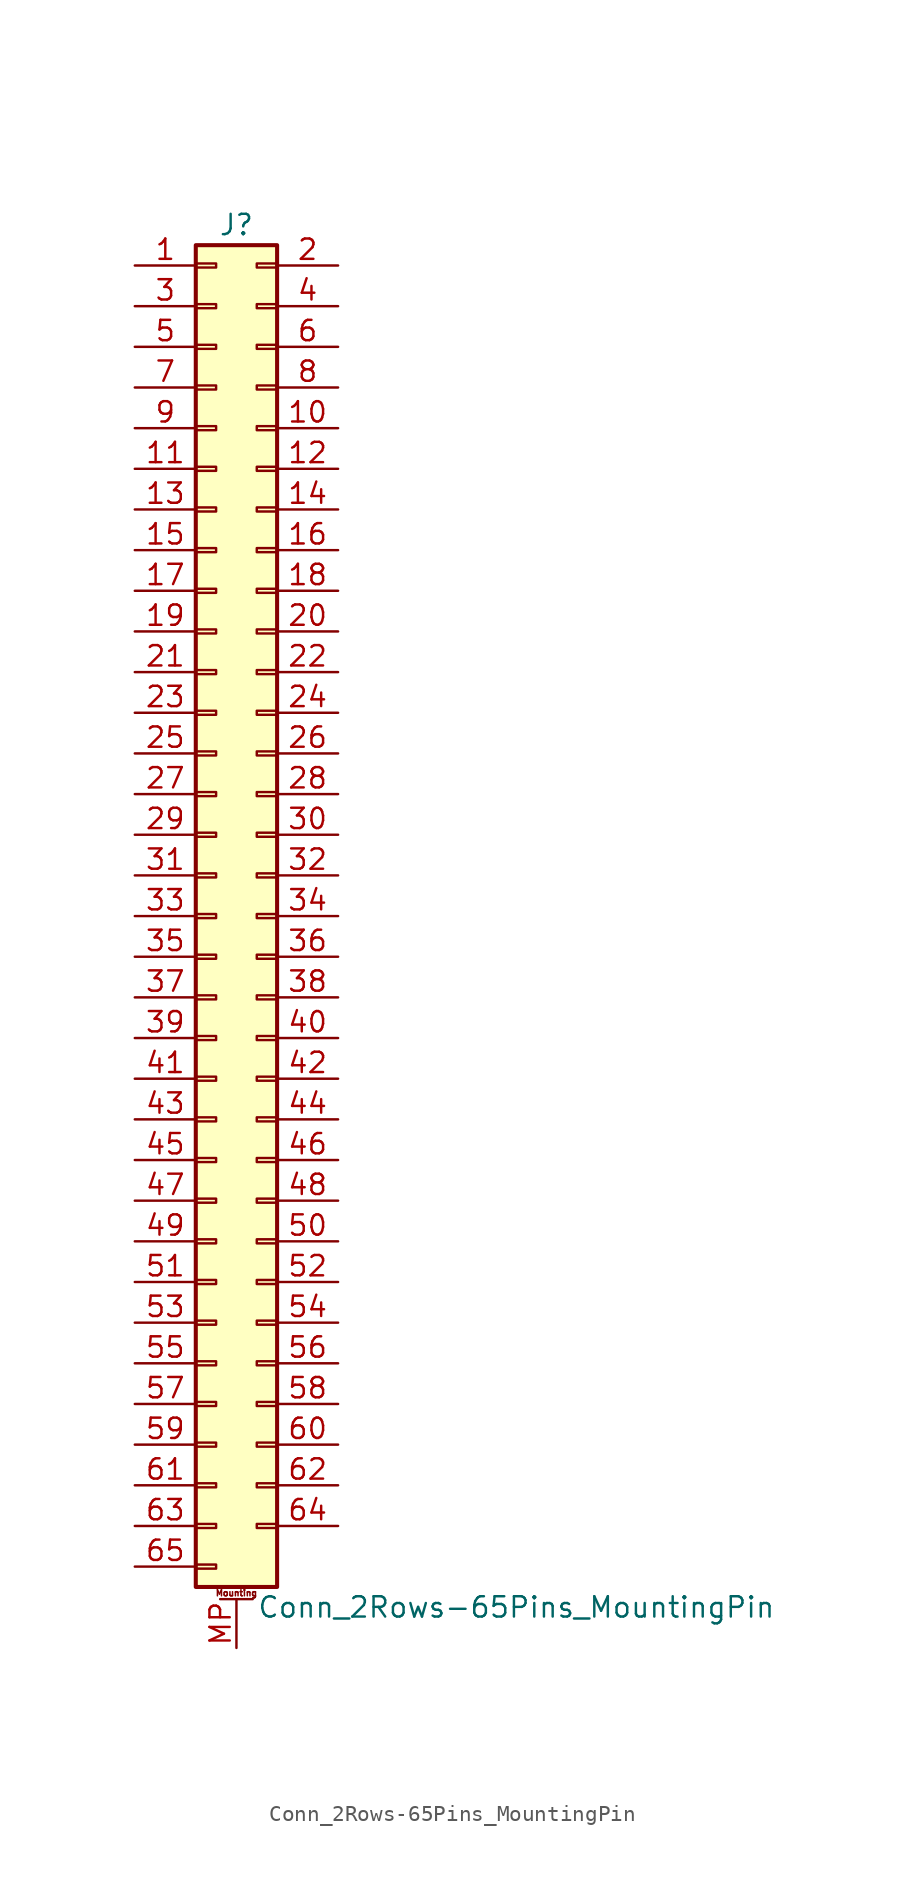
<source format=kicad_sym>
(kicad_symbol_lib
  (version 20201005)
  (generator kicad_symbol_editor)
  (symbol "Connector_Generic_MountingPin:Conn_2Rows-65Pins_MountingPin"
    (pin_names
      (offset 1.016) hide)
    (property "Reference" "J"
      (at 1.27 43.18 0)
      (effects (font (size 1.27 1.27))))
    (property "Value" "Conn_2Rows-65Pins_MountingPin"
      (at 2.54 -43.18 0)
      (effects (font (size 1.27 1.27)) (justify left)))
    (symbol "Conn_2Rows-65Pins_MountingPin_1_1"
      (text "Mounting" (at 1.27 -42.291 0) (effects (font (size 0.381 0.381))))
      (rectangle (start -1.27 -27.813) (end 0 -28.067) (stroke (width 0.152)) (fill (type none)))
      (rectangle (start -1.27 -30.353) (end 0 -30.607) (stroke (width 0.152)) (fill (type none)))
      (rectangle (start -1.27 -32.893) (end 0 -33.147) (stroke (width 0.152)) (fill (type none)))
      (rectangle (start -1.27 -35.433) (end 0 -35.687) (stroke (width 0.152)) (fill (type none)))
      (rectangle (start -1.27 -37.973) (end 0 -38.227) (stroke (width 0.152)) (fill (type none)))
      (rectangle (start -1.27 -40.513) (end 0 -40.767) (stroke (width 0.152)) (fill (type none)))
      (rectangle (start -1.27 -4.953) (end 0 -5.207) (stroke (width 0.152)) (fill (type none)))
      (rectangle (start -1.27 -7.493) (end 0 -7.747) (stroke (width 0.152)) (fill (type none)))
      (rectangle (start -1.27 -10.033) (end 0 -10.287) (stroke (width 0.152)) (fill (type none)))
      (rectangle (start -1.27 -12.573) (end 0 -12.827) (stroke (width 0.152)) (fill (type none)))
      (rectangle (start -1.27 -15.113) (end 0 -15.367) (stroke (width 0.152)) (fill (type none)))
      (rectangle (start -1.27 -17.653) (end 0 -17.907) (stroke (width 0.152)) (fill (type none)))
      (rectangle (start -1.27 -20.193) (end 0 -20.447) (stroke (width 0.152)) (fill (type none)))
      (rectangle (start -1.27 -22.733) (end 0 -22.987) (stroke (width 0.152)) (fill (type none)))
      (rectangle (start -1.27 -2.413) (end 0 -2.667) (stroke (width 0.152)) (fill (type none)))
      (rectangle (start -1.27 -25.273) (end 0 -25.527) (stroke (width 0.152)) (fill (type none)))
      (rectangle (start -1.27 25.527) (end 0 25.273) (stroke (width 0.152)) (fill (type none)))
      (rectangle (start -1.27 2.667) (end 0 2.413) (stroke (width 0.152)) (fill (type none)))
      (rectangle (start -1.27 28.067) (end 0 27.813) (stroke (width 0.152)) (fill (type none)))
      (rectangle (start -1.27 30.607) (end 0 30.353) (stroke (width 0.152)) (fill (type none)))
      (rectangle (start -1.27 33.147) (end 0 32.893) (stroke (width 0.152)) (fill (type none)))
      (rectangle (start -1.27 35.687) (end 0 35.433) (stroke (width 0.152)) (fill (type none)))
      (rectangle (start -1.27 38.227) (end 0 37.973) (stroke (width 0.152)) (fill (type none)))
      (rectangle (start -1.27 40.767) (end 0 40.513) (stroke (width 0.152)) (fill (type none)))
      (rectangle (start -1.27 41.91) (end 3.81 -41.91) (stroke (width 0.254)) (fill (type background)))
      (rectangle (start -1.27 5.207) (end 0 4.953) (stroke (width 0.152)) (fill (type none)))
      (rectangle (start -1.27 7.747) (end 0 7.493) (stroke (width 0.152)) (fill (type none)))
      (rectangle (start -1.27 10.287) (end 0 10.033) (stroke (width 0.152)) (fill (type none)))
      (rectangle (start -1.27 0.127) (end 0 -0.127) (stroke (width 0.152)) (fill (type none)))
      (rectangle (start -1.27 12.827) (end 0 12.573) (stroke (width 0.152)) (fill (type none)))
      (rectangle (start -1.27 15.367) (end 0 15.113) (stroke (width 0.152)) (fill (type none)))
      (rectangle (start -1.27 17.907) (end 0 17.653) (stroke (width 0.152)) (fill (type none)))
      (rectangle (start -1.27 20.447) (end 0 20.193) (stroke (width 0.152)) (fill (type none)))
      (rectangle (start -1.27 22.987) (end 0 22.733) (stroke (width 0.152)) (fill (type none)))
      (rectangle (start 3.81 -27.813) (end 2.54 -28.067) (stroke (width 0.152)) (fill (type none)))
      (rectangle (start 3.81 -30.353) (end 2.54 -30.607) (stroke (width 0.152)) (fill (type none)))
      (rectangle (start 3.81 -32.893) (end 2.54 -33.147) (stroke (width 0.152)) (fill (type none)))
      (rectangle (start 3.81 -35.433) (end 2.54 -35.687) (stroke (width 0.152)) (fill (type none)))
      (rectangle (start 3.81 -37.973) (end 2.54 -38.227) (stroke (width 0.152)) (fill (type none)))
      (rectangle (start 3.81 -4.953) (end 2.54 -5.207) (stroke (width 0.152)) (fill (type none)))
      (rectangle (start 3.81 -7.493) (end 2.54 -7.747) (stroke (width 0.152)) (fill (type none)))
      (rectangle (start 3.81 -10.033) (end 2.54 -10.287) (stroke (width 0.152)) (fill (type none)))
      (rectangle (start 3.81 -12.573) (end 2.54 -12.827) (stroke (width 0.152)) (fill (type none)))
      (rectangle (start 3.81 -15.113) (end 2.54 -15.367) (stroke (width 0.152)) (fill (type none)))
      (rectangle (start 3.81 -17.653) (end 2.54 -17.907) (stroke (width 0.152)) (fill (type none)))
      (rectangle (start 3.81 -20.193) (end 2.54 -20.447) (stroke (width 0.152)) (fill (type none)))
      (rectangle (start 3.81 -22.733) (end 2.54 -22.987) (stroke (width 0.152)) (fill (type none)))
      (rectangle (start 3.81 -2.413) (end 2.54 -2.667) (stroke (width 0.152)) (fill (type none)))
      (rectangle (start 3.81 -25.273) (end 2.54 -25.527) (stroke (width 0.152)) (fill (type none)))
      (rectangle (start 3.81 25.527) (end 2.54 25.273) (stroke (width 0.152)) (fill (type none)))
      (rectangle (start 3.81 2.667) (end 2.54 2.413) (stroke (width 0.152)) (fill (type none)))
      (rectangle (start 3.81 28.067) (end 2.54 27.813) (stroke (width 0.152)) (fill (type none)))
      (rectangle (start 3.81 30.607) (end 2.54 30.353) (stroke (width 0.152)) (fill (type none)))
      (rectangle (start 3.81 33.147) (end 2.54 32.893) (stroke (width 0.152)) (fill (type none)))
      (rectangle (start 3.81 35.687) (end 2.54 35.433) (stroke (width 0.152)) (fill (type none)))
      (rectangle (start 3.81 38.227) (end 2.54 37.973) (stroke (width 0.152)) (fill (type none)))
      (rectangle (start 3.81 40.767) (end 2.54 40.513) (stroke (width 0.152)) (fill (type none)))
      (rectangle (start 3.81 5.207) (end 2.54 4.953) (stroke (width 0.152)) (fill (type none)))
      (rectangle (start 3.81 7.747) (end 2.54 7.493) (stroke (width 0.152)) (fill (type none)))
      (rectangle (start 3.81 10.287) (end 2.54 10.033) (stroke (width 0.152)) (fill (type none)))
      (rectangle (start 3.81 0.127) (end 2.54 -0.127) (stroke (width 0.152)) (fill (type none)))
      (rectangle (start 3.81 12.827) (end 2.54 12.573) (stroke (width 0.152)) (fill (type none)))
      (rectangle (start 3.81 15.367) (end 2.54 15.113) (stroke (width 0.152)) (fill (type none)))
      (rectangle (start 3.81 17.907) (end 2.54 17.653) (stroke (width 0.152)) (fill (type none)))
      (rectangle (start 3.81 20.447) (end 2.54 20.193) (stroke (width 0.152)) (fill (type none)))
      (rectangle (start 3.81 22.987) (end 2.54 22.733) (stroke (width 0.152)) (fill (type none)))
      (polyline (pts (xy 0.254 -42.672) (xy 2.286 -42.672)) (stroke (width 0.152)) (fill (type none)))
      (pin passive line (at 1.27 -45.72 90) (length 3.048) (name "MountPin" (effects (font (size 1.27 1.27)))) (number "MP" (effects (font (size 1.27 1.27)))))
      (pin passive line (at -5.08 40.64 0) (length 3.81) (name "Pin_1" (effects (font (size 1.27 1.27)))) (number "1" (effects (font (size 1.27 1.27)))))
      (pin passive line (at 7.62 30.48 180) (length 3.81) (name "Pin_10" (effects (font (size 1.27 1.27)))) (number "10" (effects (font (size 1.27 1.27)))))
      (pin passive line (at -5.08 27.94 0) (length 3.81) (name "Pin_11" (effects (font (size 1.27 1.27)))) (number "11" (effects (font (size 1.27 1.27)))))
      (pin passive line (at 7.62 27.94 180) (length 3.81) (name "Pin_12" (effects (font (size 1.27 1.27)))) (number "12" (effects (font (size 1.27 1.27)))))
      (pin passive line (at -5.08 25.4 0) (length 3.81) (name "Pin_13" (effects (font (size 1.27 1.27)))) (number "13" (effects (font (size 1.27 1.27)))))
      (pin passive line (at 7.62 25.4 180) (length 3.81) (name "Pin_14" (effects (font (size 1.27 1.27)))) (number "14" (effects (font (size 1.27 1.27)))))
      (pin passive line (at -5.08 22.86 0) (length 3.81) (name "Pin_15" (effects (font (size 1.27 1.27)))) (number "15" (effects (font (size 1.27 1.27)))))
      (pin passive line (at 7.62 22.86 180) (length 3.81) (name "Pin_16" (effects (font (size 1.27 1.27)))) (number "16" (effects (font (size 1.27 1.27)))))
      (pin passive line (at -5.08 20.32 0) (length 3.81) (name "Pin_17" (effects (font (size 1.27 1.27)))) (number "17" (effects (font (size 1.27 1.27)))))
      (pin passive line (at 7.62 20.32 180) (length 3.81) (name "Pin_18" (effects (font (size 1.27 1.27)))) (number "18" (effects (font (size 1.27 1.27)))))
      (pin passive line (at -5.08 17.78 0) (length 3.81) (name "Pin_19" (effects (font (size 1.27 1.27)))) (number "19" (effects (font (size 1.27 1.27)))))
      (pin passive line (at 7.62 40.64 180) (length 3.81) (name "Pin_2" (effects (font (size 1.27 1.27)))) (number "2" (effects (font (size 1.27 1.27)))))
      (pin passive line (at 7.62 17.78 180) (length 3.81) (name "Pin_20" (effects (font (size 1.27 1.27)))) (number "20" (effects (font (size 1.27 1.27)))))
      (pin passive line (at -5.08 15.24 0) (length 3.81) (name "Pin_21" (effects (font (size 1.27 1.27)))) (number "21" (effects (font (size 1.27 1.27)))))
      (pin passive line (at 7.62 15.24 180) (length 3.81) (name "Pin_22" (effects (font (size 1.27 1.27)))) (number "22" (effects (font (size 1.27 1.27)))))
      (pin passive line (at -5.08 12.7 0) (length 3.81) (name "Pin_23" (effects (font (size 1.27 1.27)))) (number "23" (effects (font (size 1.27 1.27)))))
      (pin passive line (at 7.62 12.7 180) (length 3.81) (name "Pin_24" (effects (font (size 1.27 1.27)))) (number "24" (effects (font (size 1.27 1.27)))))
      (pin passive line (at -5.08 10.16 0) (length 3.81) (name "Pin_25" (effects (font (size 1.27 1.27)))) (number "25" (effects (font (size 1.27 1.27)))))
      (pin passive line (at 7.62 10.16 180) (length 3.81) (name "Pin_26" (effects (font (size 1.27 1.27)))) (number "26" (effects (font (size 1.27 1.27)))))
      (pin passive line (at -5.08 7.62 0) (length 3.81) (name "Pin_27" (effects (font (size 1.27 1.27)))) (number "27" (effects (font (size 1.27 1.27)))))
      (pin passive line (at 7.62 7.62 180) (length 3.81) (name "Pin_28" (effects (font (size 1.27 1.27)))) (number "28" (effects (font (size 1.27 1.27)))))
      (pin passive line (at -5.08 5.08 0) (length 3.81) (name "Pin_29" (effects (font (size 1.27 1.27)))) (number "29" (effects (font (size 1.27 1.27)))))
      (pin passive line (at -5.08 38.1 0) (length 3.81) (name "Pin_3" (effects (font (size 1.27 1.27)))) (number "3" (effects (font (size 1.27 1.27)))))
      (pin passive line (at 7.62 5.08 180) (length 3.81) (name "Pin_30" (effects (font (size 1.27 1.27)))) (number "30" (effects (font (size 1.27 1.27)))))
      (pin passive line (at -5.08 2.54 0) (length 3.81) (name "Pin_31" (effects (font (size 1.27 1.27)))) (number "31" (effects (font (size 1.27 1.27)))))
      (pin passive line (at 7.62 2.54 180) (length 3.81) (name "Pin_32" (effects (font (size 1.27 1.27)))) (number "32" (effects (font (size 1.27 1.27)))))
      (pin passive line (at -5.08 0 0) (length 3.81) (name "Pin_33" (effects (font (size 1.27 1.27)))) (number "33" (effects (font (size 1.27 1.27)))))
      (pin passive line (at 7.62 0 180) (length 3.81) (name "Pin_34" (effects (font (size 1.27 1.27)))) (number "34" (effects (font (size 1.27 1.27)))))
      (pin passive line (at -5.08 -2.54 0) (length 3.81) (name "Pin_35" (effects (font (size 1.27 1.27)))) (number "35" (effects (font (size 1.27 1.27)))))
      (pin passive line (at 7.62 -2.54 180) (length 3.81) (name "Pin_36" (effects (font (size 1.27 1.27)))) (number "36" (effects (font (size 1.27 1.27)))))
      (pin passive line (at -5.08 -5.08 0) (length 3.81) (name "Pin_37" (effects (font (size 1.27 1.27)))) (number "37" (effects (font (size 1.27 1.27)))))
      (pin passive line (at 7.62 -5.08 180) (length 3.81) (name "Pin_38" (effects (font (size 1.27 1.27)))) (number "38" (effects (font (size 1.27 1.27)))))
      (pin passive line (at -5.08 -7.62 0) (length 3.81) (name "Pin_39" (effects (font (size 1.27 1.27)))) (number "39" (effects (font (size 1.27 1.27)))))
      (pin passive line (at 7.62 38.1 180) (length 3.81) (name "Pin_4" (effects (font (size 1.27 1.27)))) (number "4" (effects (font (size 1.27 1.27)))))
      (pin passive line (at 7.62 -7.62 180) (length 3.81) (name "Pin_40" (effects (font (size 1.27 1.27)))) (number "40" (effects (font (size 1.27 1.27)))))
      (pin passive line (at -5.08 -10.16 0) (length 3.81) (name "Pin_41" (effects (font (size 1.27 1.27)))) (number "41" (effects (font (size 1.27 1.27)))))
      (pin passive line (at 7.62 -10.16 180) (length 3.81) (name "Pin_42" (effects (font (size 1.27 1.27)))) (number "42" (effects (font (size 1.27 1.27)))))
      (pin passive line (at -5.08 -12.7 0) (length 3.81) (name "Pin_43" (effects (font (size 1.27 1.27)))) (number "43" (effects (font (size 1.27 1.27)))))
      (pin passive line (at 7.62 -12.7 180) (length 3.81) (name "Pin_44" (effects (font (size 1.27 1.27)))) (number "44" (effects (font (size 1.27 1.27)))))
      (pin passive line (at -5.08 -15.24 0) (length 3.81) (name "Pin_45" (effects (font (size 1.27 1.27)))) (number "45" (effects (font (size 1.27 1.27)))))
      (pin passive line (at 7.62 -15.24 180) (length 3.81) (name "Pin_46" (effects (font (size 1.27 1.27)))) (number "46" (effects (font (size 1.27 1.27)))))
      (pin passive line (at -5.08 -17.78 0) (length 3.81) (name "Pin_47" (effects (font (size 1.27 1.27)))) (number "47" (effects (font (size 1.27 1.27)))))
      (pin passive line (at 7.62 -17.78 180) (length 3.81) (name "Pin_48" (effects (font (size 1.27 1.27)))) (number "48" (effects (font (size 1.27 1.27)))))
      (pin passive line (at -5.08 -20.32 0) (length 3.81) (name "Pin_49" (effects (font (size 1.27 1.27)))) (number "49" (effects (font (size 1.27 1.27)))))
      (pin passive line (at -5.08 35.56 0) (length 3.81) (name "Pin_5" (effects (font (size 1.27 1.27)))) (number "5" (effects (font (size 1.27 1.27)))))
      (pin passive line (at 7.62 -20.32 180) (length 3.81) (name "Pin_50" (effects (font (size 1.27 1.27)))) (number "50" (effects (font (size 1.27 1.27)))))
      (pin passive line (at -5.08 -22.86 0) (length 3.81) (name "Pin_51" (effects (font (size 1.27 1.27)))) (number "51" (effects (font (size 1.27 1.27)))))
      (pin passive line (at 7.62 -22.86 180) (length 3.81) (name "Pin_52" (effects (font (size 1.27 1.27)))) (number "52" (effects (font (size 1.27 1.27)))))
      (pin passive line (at -5.08 -25.4 0) (length 3.81) (name "Pin_53" (effects (font (size 1.27 1.27)))) (number "53" (effects (font (size 1.27 1.27)))))
      (pin passive line (at 7.62 -25.4 180) (length 3.81) (name "Pin_54" (effects (font (size 1.27 1.27)))) (number "54" (effects (font (size 1.27 1.27)))))
      (pin passive line (at -5.08 -27.94 0) (length 3.81) (name "Pin_55" (effects (font (size 1.27 1.27)))) (number "55" (effects (font (size 1.27 1.27)))))
      (pin passive line (at 7.62 -27.94 180) (length 3.81) (name "Pin_56" (effects (font (size 1.27 1.27)))) (number "56" (effects (font (size 1.27 1.27)))))
      (pin passive line (at -5.08 -30.48 0) (length 3.81) (name "Pin_57" (effects (font (size 1.27 1.27)))) (number "57" (effects (font (size 1.27 1.27)))))
      (pin passive line (at 7.62 -30.48 180) (length 3.81) (name "Pin_58" (effects (font (size 1.27 1.27)))) (number "58" (effects (font (size 1.27 1.27)))))
      (pin passive line (at -5.08 -33.02 0) (length 3.81) (name "Pin_59" (effects (font (size 1.27 1.27)))) (number "59" (effects (font (size 1.27 1.27)))))
      (pin passive line (at 7.62 35.56 180) (length 3.81) (name "Pin_6" (effects (font (size 1.27 1.27)))) (number "6" (effects (font (size 1.27 1.27)))))
      (pin passive line (at 7.62 -33.02 180) (length 3.81) (name "Pin_60" (effects (font (size 1.27 1.27)))) (number "60" (effects (font (size 1.27 1.27)))))
      (pin passive line (at -5.08 -35.56 0) (length 3.81) (name "Pin_61" (effects (font (size 1.27 1.27)))) (number "61" (effects (font (size 1.27 1.27)))))
      (pin passive line (at 7.62 -35.56 180) (length 3.81) (name "Pin_62" (effects (font (size 1.27 1.27)))) (number "62" (effects (font (size 1.27 1.27)))))
      (pin passive line (at -5.08 -38.1 0) (length 3.81) (name "Pin_63" (effects (font (size 1.27 1.27)))) (number "63" (effects (font (size 1.27 1.27)))))
      (pin passive line (at 7.62 -38.1 180) (length 3.81) (name "Pin_64" (effects (font (size 1.27 1.27)))) (number "64" (effects (font (size 1.27 1.27)))))
      (pin passive line (at -5.08 -40.64 0) (length 3.81) (name "Pin_65" (effects (font (size 1.27 1.27)))) (number "65" (effects (font (size 1.27 1.27)))))
      (pin passive line (at -5.08 33.02 0) (length 3.81) (name "Pin_7" (effects (font (size 1.27 1.27)))) (number "7" (effects (font (size 1.27 1.27)))))
      (pin passive line (at 7.62 33.02 180) (length 3.81) (name "Pin_8" (effects (font (size 1.27 1.27)))) (number "8" (effects (font (size 1.27 1.27)))))
      (pin passive line (at -5.08 30.48 0) (length 3.81) (name "Pin_9" (effects (font (size 1.27 1.27)))) (number "9" (effects (font (size 1.27 1.27))))))))
</source>
